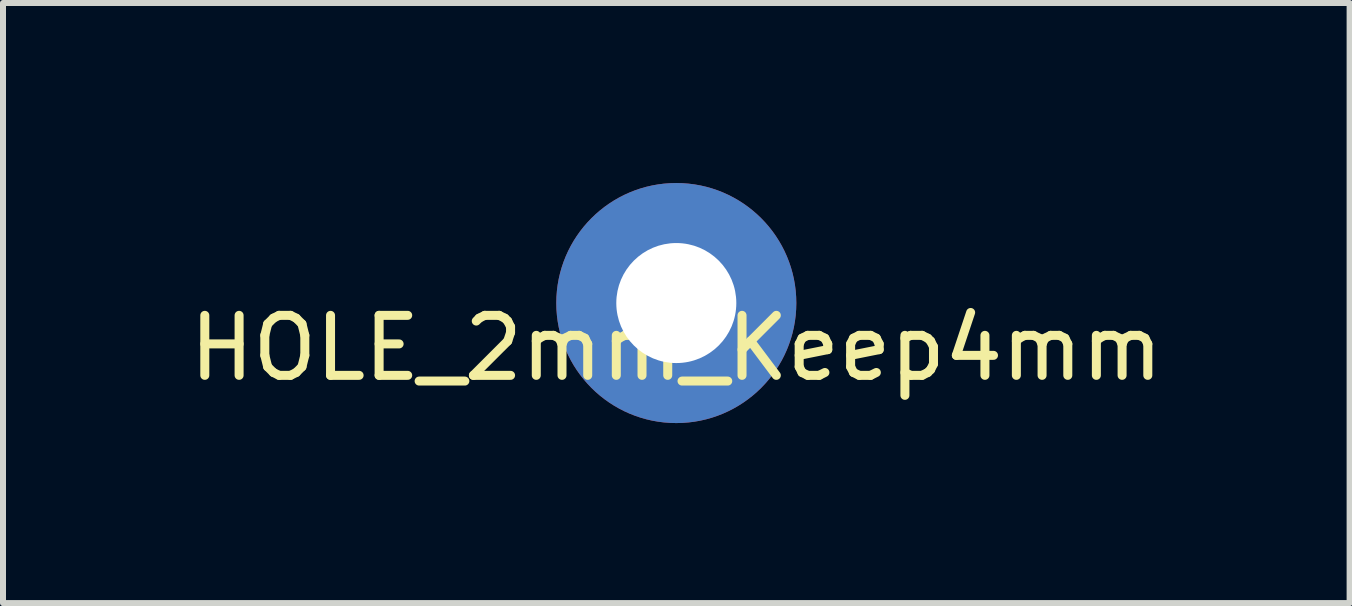
<source format=kicad_pcb>
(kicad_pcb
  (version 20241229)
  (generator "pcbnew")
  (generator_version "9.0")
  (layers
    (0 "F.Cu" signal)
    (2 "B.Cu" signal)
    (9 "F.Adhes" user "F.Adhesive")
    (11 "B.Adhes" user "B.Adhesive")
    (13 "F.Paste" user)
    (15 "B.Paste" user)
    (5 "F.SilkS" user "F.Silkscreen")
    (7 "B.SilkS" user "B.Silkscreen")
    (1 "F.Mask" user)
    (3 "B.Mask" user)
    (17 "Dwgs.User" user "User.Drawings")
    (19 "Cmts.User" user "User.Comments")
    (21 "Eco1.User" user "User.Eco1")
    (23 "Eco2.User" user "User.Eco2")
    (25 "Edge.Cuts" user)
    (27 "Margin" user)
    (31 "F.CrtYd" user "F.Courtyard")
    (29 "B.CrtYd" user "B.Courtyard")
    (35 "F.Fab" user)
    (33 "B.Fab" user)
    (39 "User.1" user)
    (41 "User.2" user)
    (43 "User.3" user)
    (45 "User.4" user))
  (footprint "HOLE_2mm_Keep4mm"
    (layer "F.Cu")
    (at 8.22 2.25)
    (property "Reference" "HOLE_2mm_Keep4mm" (at 0 0.5 0) (layer "F.SilkS") (effects (font (size 1 1) (thickness 0.15))))
    (attr through_hole)
    (pad "1" thru_hole circle (at 0 -0.25) (size 4 4) (drill 2) (layers "*.Cu" "*.Mask")))
  (gr_rect
    (start -3 -3)
    (end 19.44 7)
    (stroke (width 0.1) (type default))
    (fill no)
    (layer "Edge.Cuts")))
</source>
